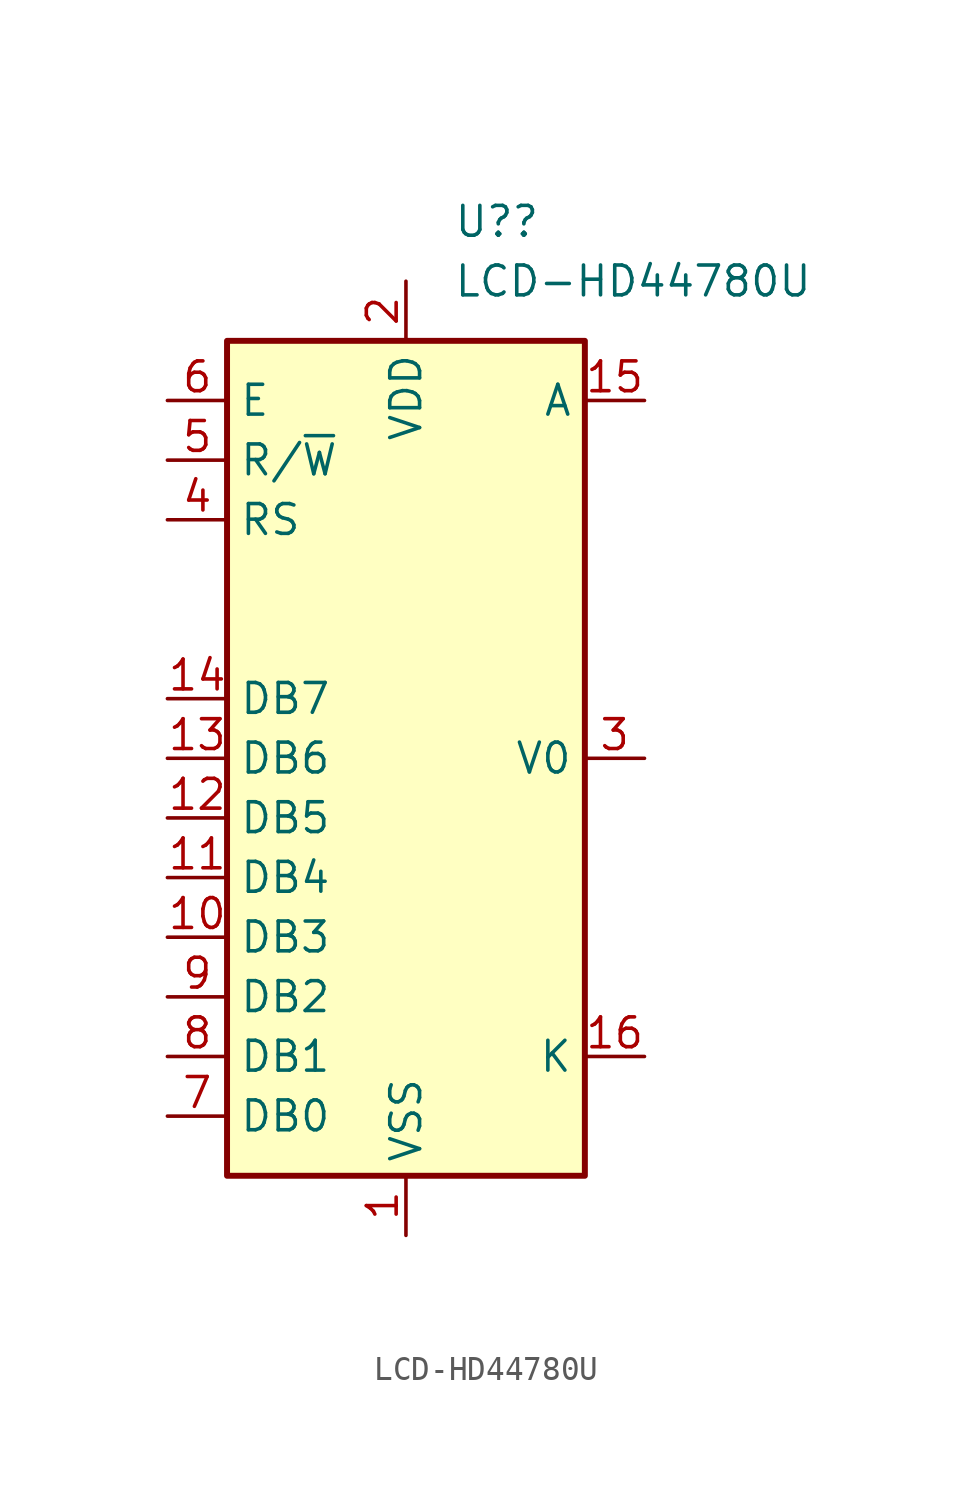
<source format=kicad_sym>
(kicad_symbol_lib
  (version 20211014)
  (generator kicad_symbol_editor)
  (symbol "LCD-HD44780U"
    (property "Reference" "U?"
      (at 2.019 22.86 0)
      (effects (font (size 1.27 1.27)) (justify left)))
    (property "Value" "LCD-HD44780U"
      (at 2.019 20.32 0)
      (effects (font (size 1.27 1.27)) (justify left)))
    (symbol "LCD-HD44780U_1_1"
      (rectangle (start -7.62 17.78) (end 7.62 -17.78) (stroke (width 0.254) (type default) (color 0 0 0 0)) (fill (type background)))
      (pin power_in line (at 0 -20.32 90) (length 2.54) (name "VSS" (effects (font (size 1.27 1.27)))) (number "1" (effects (font (size 1.27 1.27)))))
      (pin bidirectional line (at -10.16 -7.62 0) (length 2.54) (name "DB3" (effects (font (size 1.27 1.27)))) (number "10" (effects (font (size 1.27 1.27)))))
      (pin bidirectional line (at -10.16 -5.08 0) (length 2.54) (name "DB4" (effects (font (size 1.27 1.27)))) (number "11" (effects (font (size 1.27 1.27)))))
      (pin bidirectional line (at -10.16 -2.54 0) (length 2.54) (name "DB5" (effects (font (size 1.27 1.27)))) (number "12" (effects (font (size 1.27 1.27)))))
      (pin bidirectional line (at -10.16 0 0) (length 2.54) (name "DB6" (effects (font (size 1.27 1.27)))) (number "13" (effects (font (size 1.27 1.27)))))
      (pin bidirectional line (at -10.16 2.54 0) (length 2.54) (name "DB7" (effects (font (size 1.27 1.27)))) (number "14" (effects (font (size 1.27 1.27)))))
      (pin input line (at 10.16 15.24 180) (length 2.54) (name "A" (effects (font (size 1.27 1.27)))) (number "15" (effects (font (size 1.27 1.27)))))
      (pin power_in line (at 10.16 -12.7 180) (length 2.54) (name "K" (effects (font (size 1.27 1.27)))) (number "16" (effects (font (size 1.27 1.27)))))
      (pin power_in line (at 0 20.32 270) (length 2.54) (name "VDD" (effects (font (size 1.27 1.27)))) (number "2" (effects (font (size 1.27 1.27)))))
      (pin power_in line (at 10.16 0 180) (length 2.54) (name "V0" (effects (font (size 1.27 1.27)))) (number "3" (effects (font (size 1.27 1.27)))))
      (pin input line (at -10.16 10.16 0) (length 2.54) (name "RS" (effects (font (size 1.27 1.27)))) (number "4" (effects (font (size 1.27 1.27)))))
      (pin input line (at -10.16 12.7 0) (length 2.54) (name "R/~{W}" (effects (font (size 1.27 1.27)))) (number "5" (effects (font (size 1.27 1.27)))))
      (pin input line (at -10.16 15.24 0) (length 2.54) (name "E" (effects (font (size 1.27 1.27)))) (number "6" (effects (font (size 1.27 1.27)))))
      (pin bidirectional line (at -10.16 -15.24 0) (length 2.54) (name "DB0" (effects (font (size 1.27 1.27)))) (number "7" (effects (font (size 1.27 1.27)))))
      (pin bidirectional line (at -10.16 -12.7 0) (length 2.54) (name "DB1" (effects (font (size 1.27 1.27)))) (number "8" (effects (font (size 1.27 1.27)))))
      (pin bidirectional line (at -10.16 -10.16 0) (length 2.54) (name "DB2" (effects (font (size 1.27 1.27)))) (number "9" (effects (font (size 1.27 1.27))))))))
</source>
